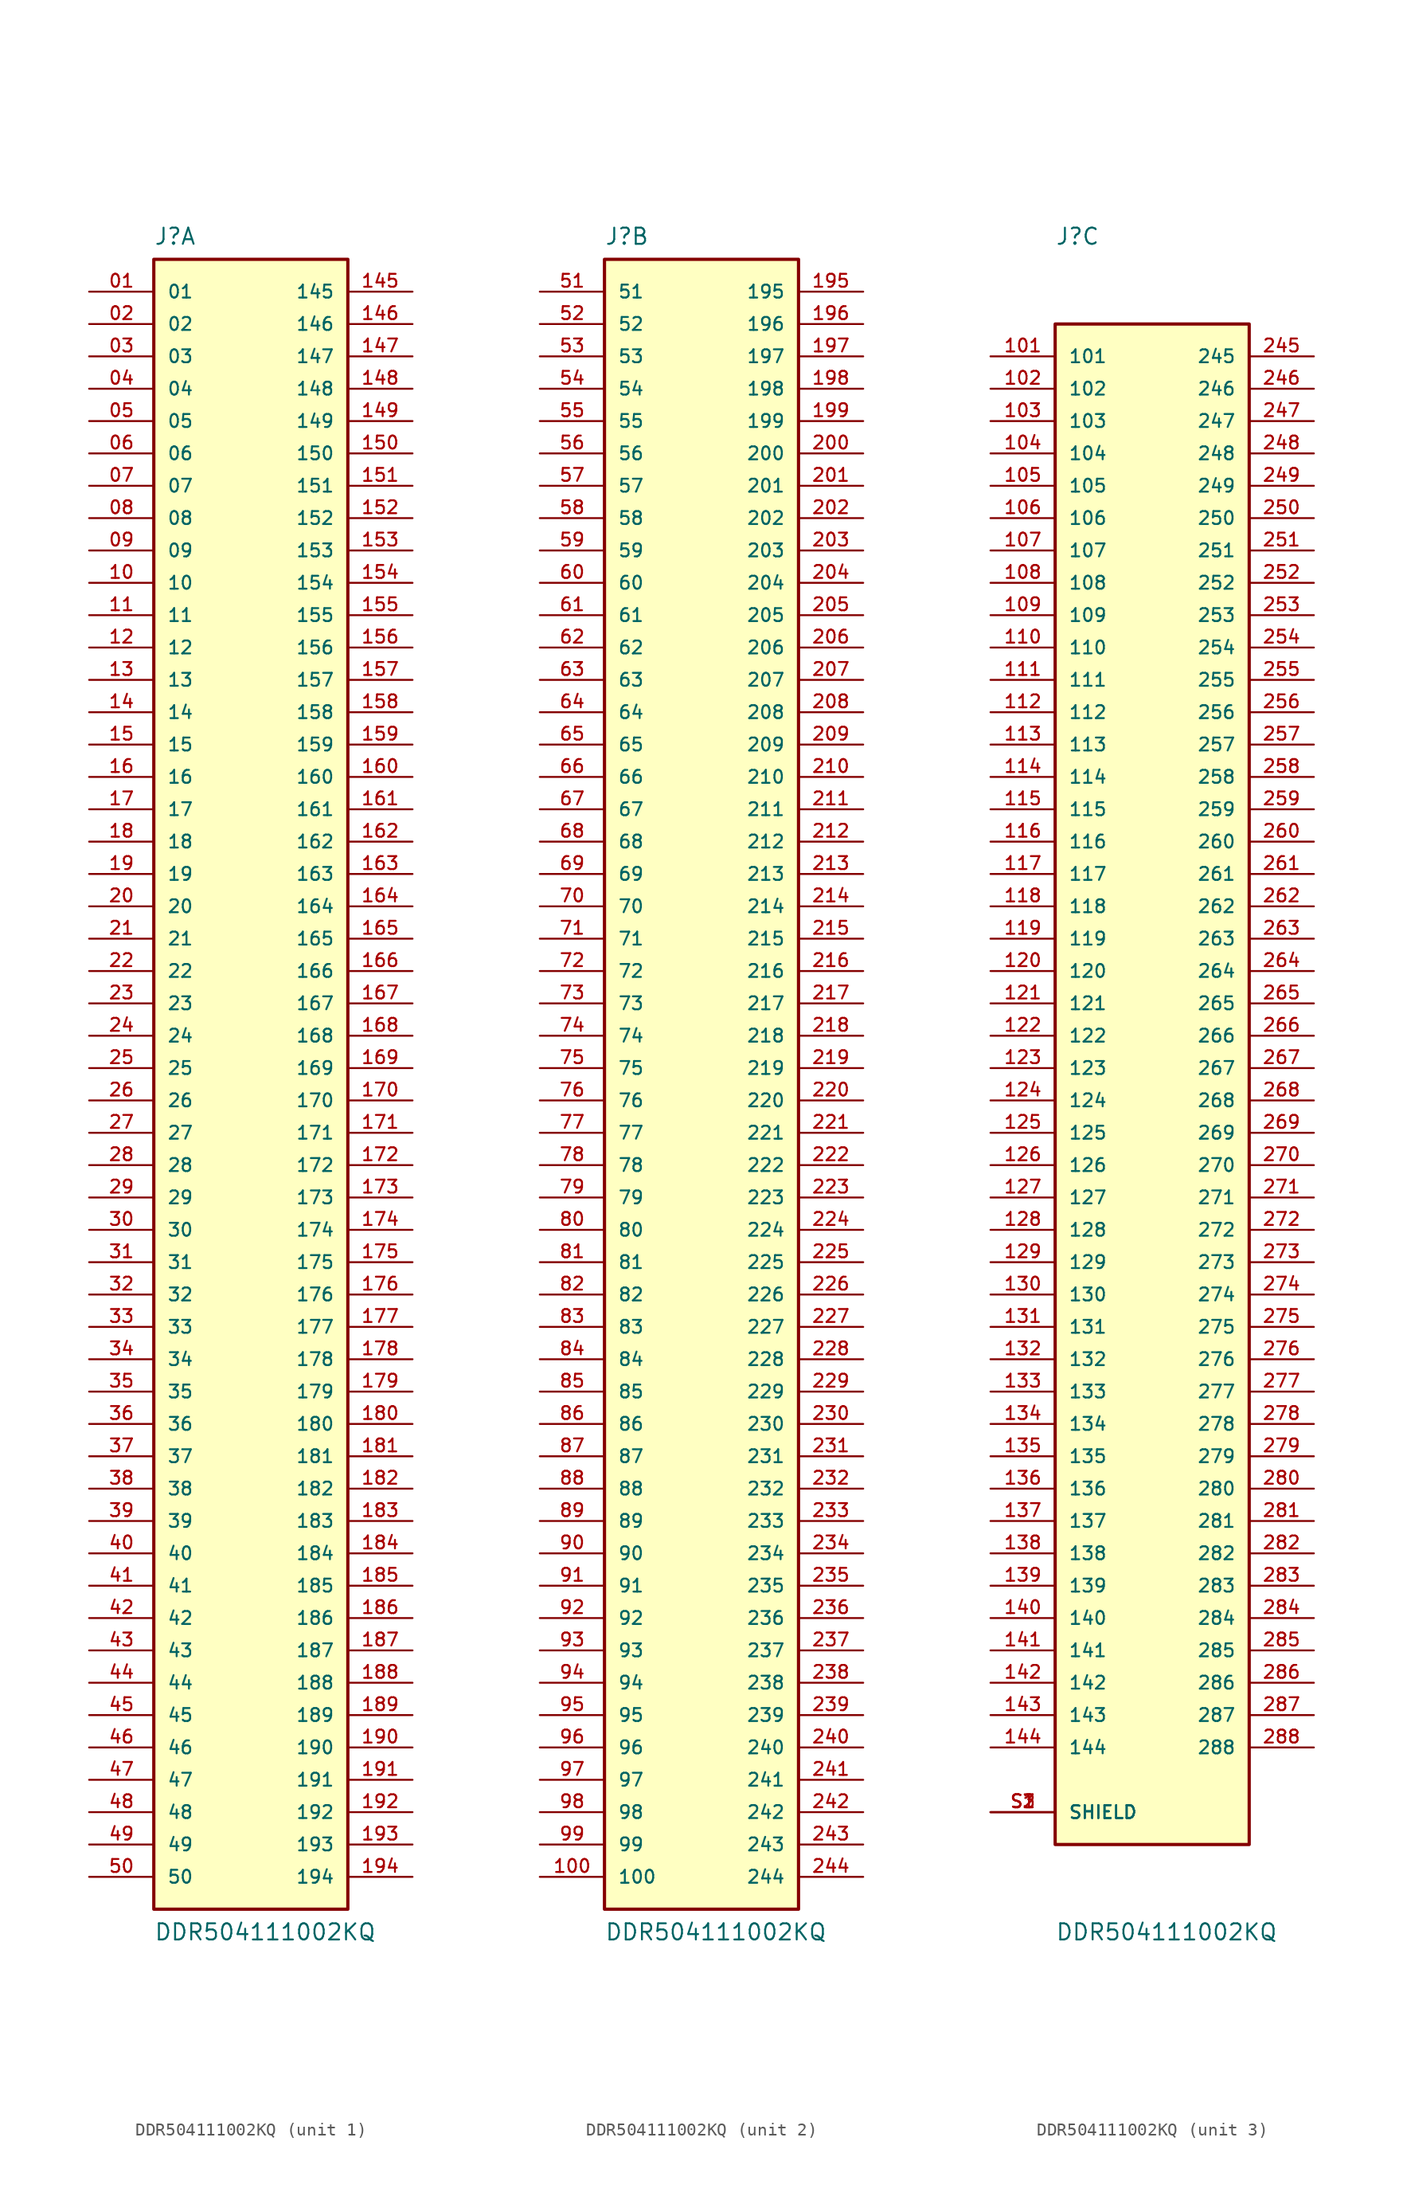
<source format=kicad_sym>
(kicad_symbol_lib
  (version 20211014)
  (generator kicad_symbol_editor)
  (symbol "DDR504111002KQ"
    (pin_names
      (offset 1.016))
    (property "Reference" "J"
      (at -7.62 66.04 0)
      (effects (font (size 1.27 1.27)) (justify left top)))
    (property "Value" "DDR504111002KQ"
      (at -7.62 -68.58 0)
      (effects (font (size 1.27 1.27)) (justify left bottom)))
    (symbol "DDR504111002KQ_1_0"
      (rectangle (start -7.62 -66.04) (end 7.62 63.5) (stroke (width 0.254) (type default) (color 0 0 0 0)) (fill (type background)))
      (pin passive line (at -12.7 60.96 0) (length 5.08) (name "01" (effects (font (size 1.016 1.016)))) (number "01" (effects (font (size 1.016 1.016)))))
      (pin passive line (at -12.7 58.42 0) (length 5.08) (name "02" (effects (font (size 1.016 1.016)))) (number "02" (effects (font (size 1.016 1.016)))))
      (pin passive line (at -12.7 55.88 0) (length 5.08) (name "03" (effects (font (size 1.016 1.016)))) (number "03" (effects (font (size 1.016 1.016)))))
      (pin passive line (at -12.7 53.34 0) (length 5.08) (name "04" (effects (font (size 1.016 1.016)))) (number "04" (effects (font (size 1.016 1.016)))))
      (pin passive line (at -12.7 50.8 0) (length 5.08) (name "05" (effects (font (size 1.016 1.016)))) (number "05" (effects (font (size 1.016 1.016)))))
      (pin passive line (at -12.7 48.26 0) (length 5.08) (name "06" (effects (font (size 1.016 1.016)))) (number "06" (effects (font (size 1.016 1.016)))))
      (pin passive line (at -12.7 45.72 0) (length 5.08) (name "07" (effects (font (size 1.016 1.016)))) (number "07" (effects (font (size 1.016 1.016)))))
      (pin passive line (at -12.7 43.18 0) (length 5.08) (name "08" (effects (font (size 1.016 1.016)))) (number "08" (effects (font (size 1.016 1.016)))))
      (pin passive line (at -12.7 40.64 0) (length 5.08) (name "09" (effects (font (size 1.016 1.016)))) (number "09" (effects (font (size 1.016 1.016)))))
      (pin passive line (at -12.7 38.1 0) (length 5.08) (name "10" (effects (font (size 1.016 1.016)))) (number "10" (effects (font (size 1.016 1.016)))))
      (pin passive line (at -12.7 35.56 0) (length 5.08) (name "11" (effects (font (size 1.016 1.016)))) (number "11" (effects (font (size 1.016 1.016)))))
      (pin passive line (at -12.7 33.02 0) (length 5.08) (name "12" (effects (font (size 1.016 1.016)))) (number "12" (effects (font (size 1.016 1.016)))))
      (pin passive line (at -12.7 30.48 0) (length 5.08) (name "13" (effects (font (size 1.016 1.016)))) (number "13" (effects (font (size 1.016 1.016)))))
      (pin passive line (at -12.7 27.94 0) (length 5.08) (name "14" (effects (font (size 1.016 1.016)))) (number "14" (effects (font (size 1.016 1.016)))))
      (pin passive line (at 12.7 60.96 180) (length 5.08) (name "145" (effects (font (size 1.016 1.016)))) (number "145" (effects (font (size 1.016 1.016)))))
      (pin passive line (at 12.7 58.42 180) (length 5.08) (name "146" (effects (font (size 1.016 1.016)))) (number "146" (effects (font (size 1.016 1.016)))))
      (pin passive line (at 12.7 55.88 180) (length 5.08) (name "147" (effects (font (size 1.016 1.016)))) (number "147" (effects (font (size 1.016 1.016)))))
      (pin passive line (at 12.7 53.34 180) (length 5.08) (name "148" (effects (font (size 1.016 1.016)))) (number "148" (effects (font (size 1.016 1.016)))))
      (pin passive line (at 12.7 50.8 180) (length 5.08) (name "149" (effects (font (size 1.016 1.016)))) (number "149" (effects (font (size 1.016 1.016)))))
      (pin passive line (at -12.7 25.4 0) (length 5.08) (name "15" (effects (font (size 1.016 1.016)))) (number "15" (effects (font (size 1.016 1.016)))))
      (pin passive line (at 12.7 48.26 180) (length 5.08) (name "150" (effects (font (size 1.016 1.016)))) (number "150" (effects (font (size 1.016 1.016)))))
      (pin passive line (at 12.7 45.72 180) (length 5.08) (name "151" (effects (font (size 1.016 1.016)))) (number "151" (effects (font (size 1.016 1.016)))))
      (pin passive line (at 12.7 43.18 180) (length 5.08) (name "152" (effects (font (size 1.016 1.016)))) (number "152" (effects (font (size 1.016 1.016)))))
      (pin passive line (at 12.7 40.64 180) (length 5.08) (name "153" (effects (font (size 1.016 1.016)))) (number "153" (effects (font (size 1.016 1.016)))))
      (pin passive line (at 12.7 38.1 180) (length 5.08) (name "154" (effects (font (size 1.016 1.016)))) (number "154" (effects (font (size 1.016 1.016)))))
      (pin passive line (at 12.7 35.56 180) (length 5.08) (name "155" (effects (font (size 1.016 1.016)))) (number "155" (effects (font (size 1.016 1.016)))))
      (pin passive line (at 12.7 33.02 180) (length 5.08) (name "156" (effects (font (size 1.016 1.016)))) (number "156" (effects (font (size 1.016 1.016)))))
      (pin passive line (at 12.7 30.48 180) (length 5.08) (name "157" (effects (font (size 1.016 1.016)))) (number "157" (effects (font (size 1.016 1.016)))))
      (pin passive line (at 12.7 27.94 180) (length 5.08) (name "158" (effects (font (size 1.016 1.016)))) (number "158" (effects (font (size 1.016 1.016)))))
      (pin passive line (at 12.7 25.4 180) (length 5.08) (name "159" (effects (font (size 1.016 1.016)))) (number "159" (effects (font (size 1.016 1.016)))))
      (pin passive line (at -12.7 22.86 0) (length 5.08) (name "16" (effects (font (size 1.016 1.016)))) (number "16" (effects (font (size 1.016 1.016)))))
      (pin passive line (at 12.7 22.86 180) (length 5.08) (name "160" (effects (font (size 1.016 1.016)))) (number "160" (effects (font (size 1.016 1.016)))))
      (pin passive line (at 12.7 20.32 180) (length 5.08) (name "161" (effects (font (size 1.016 1.016)))) (number "161" (effects (font (size 1.016 1.016)))))
      (pin passive line (at 12.7 17.78 180) (length 5.08) (name "162" (effects (font (size 1.016 1.016)))) (number "162" (effects (font (size 1.016 1.016)))))
      (pin passive line (at 12.7 15.24 180) (length 5.08) (name "163" (effects (font (size 1.016 1.016)))) (number "163" (effects (font (size 1.016 1.016)))))
      (pin passive line (at 12.7 12.7 180) (length 5.08) (name "164" (effects (font (size 1.016 1.016)))) (number "164" (effects (font (size 1.016 1.016)))))
      (pin passive line (at 12.7 10.16 180) (length 5.08) (name "165" (effects (font (size 1.016 1.016)))) (number "165" (effects (font (size 1.016 1.016)))))
      (pin passive line (at 12.7 7.62 180) (length 5.08) (name "166" (effects (font (size 1.016 1.016)))) (number "166" (effects (font (size 1.016 1.016)))))
      (pin passive line (at 12.7 5.08 180) (length 5.08) (name "167" (effects (font (size 1.016 1.016)))) (number "167" (effects (font (size 1.016 1.016)))))
      (pin passive line (at 12.7 2.54 180) (length 5.08) (name "168" (effects (font (size 1.016 1.016)))) (number "168" (effects (font (size 1.016 1.016)))))
      (pin passive line (at 12.7 0 180) (length 5.08) (name "169" (effects (font (size 1.016 1.016)))) (number "169" (effects (font (size 1.016 1.016)))))
      (pin passive line (at -12.7 20.32 0) (length 5.08) (name "17" (effects (font (size 1.016 1.016)))) (number "17" (effects (font (size 1.016 1.016)))))
      (pin passive line (at 12.7 -2.54 180) (length 5.08) (name "170" (effects (font (size 1.016 1.016)))) (number "170" (effects (font (size 1.016 1.016)))))
      (pin passive line (at 12.7 -5.08 180) (length 5.08) (name "171" (effects (font (size 1.016 1.016)))) (number "171" (effects (font (size 1.016 1.016)))))
      (pin passive line (at 12.7 -7.62 180) (length 5.08) (name "172" (effects (font (size 1.016 1.016)))) (number "172" (effects (font (size 1.016 1.016)))))
      (pin passive line (at 12.7 -10.16 180) (length 5.08) (name "173" (effects (font (size 1.016 1.016)))) (number "173" (effects (font (size 1.016 1.016)))))
      (pin passive line (at 12.7 -12.7 180) (length 5.08) (name "174" (effects (font (size 1.016 1.016)))) (number "174" (effects (font (size 1.016 1.016)))))
      (pin passive line (at 12.7 -15.24 180) (length 5.08) (name "175" (effects (font (size 1.016 1.016)))) (number "175" (effects (font (size 1.016 1.016)))))
      (pin passive line (at 12.7 -17.78 180) (length 5.08) (name "176" (effects (font (size 1.016 1.016)))) (number "176" (effects (font (size 1.016 1.016)))))
      (pin passive line (at 12.7 -20.32 180) (length 5.08) (name "177" (effects (font (size 1.016 1.016)))) (number "177" (effects (font (size 1.016 1.016)))))
      (pin passive line (at 12.7 -22.86 180) (length 5.08) (name "178" (effects (font (size 1.016 1.016)))) (number "178" (effects (font (size 1.016 1.016)))))
      (pin passive line (at 12.7 -25.4 180) (length 5.08) (name "179" (effects (font (size 1.016 1.016)))) (number "179" (effects (font (size 1.016 1.016)))))
      (pin passive line (at -12.7 17.78 0) (length 5.08) (name "18" (effects (font (size 1.016 1.016)))) (number "18" (effects (font (size 1.016 1.016)))))
      (pin passive line (at 12.7 -27.94 180) (length 5.08) (name "180" (effects (font (size 1.016 1.016)))) (number "180" (effects (font (size 1.016 1.016)))))
      (pin passive line (at 12.7 -30.48 180) (length 5.08) (name "181" (effects (font (size 1.016 1.016)))) (number "181" (effects (font (size 1.016 1.016)))))
      (pin passive line (at 12.7 -33.02 180) (length 5.08) (name "182" (effects (font (size 1.016 1.016)))) (number "182" (effects (font (size 1.016 1.016)))))
      (pin passive line (at 12.7 -35.56 180) (length 5.08) (name "183" (effects (font (size 1.016 1.016)))) (number "183" (effects (font (size 1.016 1.016)))))
      (pin passive line (at 12.7 -38.1 180) (length 5.08) (name "184" (effects (font (size 1.016 1.016)))) (number "184" (effects (font (size 1.016 1.016)))))
      (pin passive line (at 12.7 -40.64 180) (length 5.08) (name "185" (effects (font (size 1.016 1.016)))) (number "185" (effects (font (size 1.016 1.016)))))
      (pin passive line (at 12.7 -43.18 180) (length 5.08) (name "186" (effects (font (size 1.016 1.016)))) (number "186" (effects (font (size 1.016 1.016)))))
      (pin passive line (at 12.7 -45.72 180) (length 5.08) (name "187" (effects (font (size 1.016 1.016)))) (number "187" (effects (font (size 1.016 1.016)))))
      (pin passive line (at 12.7 -48.26 180) (length 5.08) (name "188" (effects (font (size 1.016 1.016)))) (number "188" (effects (font (size 1.016 1.016)))))
      (pin passive line (at 12.7 -50.8 180) (length 5.08) (name "189" (effects (font (size 1.016 1.016)))) (number "189" (effects (font (size 1.016 1.016)))))
      (pin passive line (at -12.7 15.24 0) (length 5.08) (name "19" (effects (font (size 1.016 1.016)))) (number "19" (effects (font (size 1.016 1.016)))))
      (pin passive line (at 12.7 -53.34 180) (length 5.08) (name "190" (effects (font (size 1.016 1.016)))) (number "190" (effects (font (size 1.016 1.016)))))
      (pin passive line (at 12.7 -55.88 180) (length 5.08) (name "191" (effects (font (size 1.016 1.016)))) (number "191" (effects (font (size 1.016 1.016)))))
      (pin passive line (at 12.7 -58.42 180) (length 5.08) (name "192" (effects (font (size 1.016 1.016)))) (number "192" (effects (font (size 1.016 1.016)))))
      (pin passive line (at 12.7 -60.96 180) (length 5.08) (name "193" (effects (font (size 1.016 1.016)))) (number "193" (effects (font (size 1.016 1.016)))))
      (pin passive line (at 12.7 -63.5 180) (length 5.08) (name "194" (effects (font (size 1.016 1.016)))) (number "194" (effects (font (size 1.016 1.016)))))
      (pin passive line (at -12.7 12.7 0) (length 5.08) (name "20" (effects (font (size 1.016 1.016)))) (number "20" (effects (font (size 1.016 1.016)))))
      (pin passive line (at -12.7 10.16 0) (length 5.08) (name "21" (effects (font (size 1.016 1.016)))) (number "21" (effects (font (size 1.016 1.016)))))
      (pin passive line (at -12.7 7.62 0) (length 5.08) (name "22" (effects (font (size 1.016 1.016)))) (number "22" (effects (font (size 1.016 1.016)))))
      (pin passive line (at -12.7 5.08 0) (length 5.08) (name "23" (effects (font (size 1.016 1.016)))) (number "23" (effects (font (size 1.016 1.016)))))
      (pin passive line (at -12.7 2.54 0) (length 5.08) (name "24" (effects (font (size 1.016 1.016)))) (number "24" (effects (font (size 1.016 1.016)))))
      (pin passive line (at -12.7 0 0) (length 5.08) (name "25" (effects (font (size 1.016 1.016)))) (number "25" (effects (font (size 1.016 1.016)))))
      (pin passive line (at -12.7 -2.54 0) (length 5.08) (name "26" (effects (font (size 1.016 1.016)))) (number "26" (effects (font (size 1.016 1.016)))))
      (pin passive line (at -12.7 -5.08 0) (length 5.08) (name "27" (effects (font (size 1.016 1.016)))) (number "27" (effects (font (size 1.016 1.016)))))
      (pin passive line (at -12.7 -7.62 0) (length 5.08) (name "28" (effects (font (size 1.016 1.016)))) (number "28" (effects (font (size 1.016 1.016)))))
      (pin passive line (at -12.7 -10.16 0) (length 5.08) (name "29" (effects (font (size 1.016 1.016)))) (number "29" (effects (font (size 1.016 1.016)))))
      (pin passive line (at -12.7 -12.7 0) (length 5.08) (name "30" (effects (font (size 1.016 1.016)))) (number "30" (effects (font (size 1.016 1.016)))))
      (pin passive line (at -12.7 -15.24 0) (length 5.08) (name "31" (effects (font (size 1.016 1.016)))) (number "31" (effects (font (size 1.016 1.016)))))
      (pin passive line (at -12.7 -17.78 0) (length 5.08) (name "32" (effects (font (size 1.016 1.016)))) (number "32" (effects (font (size 1.016 1.016)))))
      (pin passive line (at -12.7 -20.32 0) (length 5.08) (name "33" (effects (font (size 1.016 1.016)))) (number "33" (effects (font (size 1.016 1.016)))))
      (pin passive line (at -12.7 -22.86 0) (length 5.08) (name "34" (effects (font (size 1.016 1.016)))) (number "34" (effects (font (size 1.016 1.016)))))
      (pin passive line (at -12.7 -25.4 0) (length 5.08) (name "35" (effects (font (size 1.016 1.016)))) (number "35" (effects (font (size 1.016 1.016)))))
      (pin passive line (at -12.7 -27.94 0) (length 5.08) (name "36" (effects (font (size 1.016 1.016)))) (number "36" (effects (font (size 1.016 1.016)))))
      (pin passive line (at -12.7 -30.48 0) (length 5.08) (name "37" (effects (font (size 1.016 1.016)))) (number "37" (effects (font (size 1.016 1.016)))))
      (pin passive line (at -12.7 -33.02 0) (length 5.08) (name "38" (effects (font (size 1.016 1.016)))) (number "38" (effects (font (size 1.016 1.016)))))
      (pin passive line (at -12.7 -35.56 0) (length 5.08) (name "39" (effects (font (size 1.016 1.016)))) (number "39" (effects (font (size 1.016 1.016)))))
      (pin passive line (at -12.7 -38.1 0) (length 5.08) (name "40" (effects (font (size 1.016 1.016)))) (number "40" (effects (font (size 1.016 1.016)))))
      (pin passive line (at -12.7 -40.64 0) (length 5.08) (name "41" (effects (font (size 1.016 1.016)))) (number "41" (effects (font (size 1.016 1.016)))))
      (pin passive line (at -12.7 -43.18 0) (length 5.08) (name "42" (effects (font (size 1.016 1.016)))) (number "42" (effects (font (size 1.016 1.016)))))
      (pin passive line (at -12.7 -45.72 0) (length 5.08) (name "43" (effects (font (size 1.016 1.016)))) (number "43" (effects (font (size 1.016 1.016)))))
      (pin passive line (at -12.7 -48.26 0) (length 5.08) (name "44" (effects (font (size 1.016 1.016)))) (number "44" (effects (font (size 1.016 1.016)))))
      (pin passive line (at -12.7 -50.8 0) (length 5.08) (name "45" (effects (font (size 1.016 1.016)))) (number "45" (effects (font (size 1.016 1.016)))))
      (pin passive line (at -12.7 -53.34 0) (length 5.08) (name "46" (effects (font (size 1.016 1.016)))) (number "46" (effects (font (size 1.016 1.016)))))
      (pin passive line (at -12.7 -55.88 0) (length 5.08) (name "47" (effects (font (size 1.016 1.016)))) (number "47" (effects (font (size 1.016 1.016)))))
      (pin passive line (at -12.7 -58.42 0) (length 5.08) (name "48" (effects (font (size 1.016 1.016)))) (number "48" (effects (font (size 1.016 1.016)))))
      (pin passive line (at -12.7 -60.96 0) (length 5.08) (name "49" (effects (font (size 1.016 1.016)))) (number "49" (effects (font (size 1.016 1.016)))))
      (pin passive line (at -12.7 -63.5 0) (length 5.08) (name "50" (effects (font (size 1.016 1.016)))) (number "50" (effects (font (size 1.016 1.016))))))
    (symbol "DDR504111002KQ_2_0"
      (rectangle (start -7.62 -66.04) (end 7.62 63.5) (stroke (width 0.254) (type default) (color 0 0 0 0)) (fill (type background)))
      (pin passive line (at -12.7 -63.5 0) (length 5.08) (name "100" (effects (font (size 1.016 1.016)))) (number "100" (effects (font (size 1.016 1.016)))))
      (pin passive line (at 12.7 60.96 180) (length 5.08) (name "195" (effects (font (size 1.016 1.016)))) (number "195" (effects (font (size 1.016 1.016)))))
      (pin passive line (at 12.7 58.42 180) (length 5.08) (name "196" (effects (font (size 1.016 1.016)))) (number "196" (effects (font (size 1.016 1.016)))))
      (pin passive line (at 12.7 55.88 180) (length 5.08) (name "197" (effects (font (size 1.016 1.016)))) (number "197" (effects (font (size 1.016 1.016)))))
      (pin passive line (at 12.7 53.34 180) (length 5.08) (name "198" (effects (font (size 1.016 1.016)))) (number "198" (effects (font (size 1.016 1.016)))))
      (pin passive line (at 12.7 50.8 180) (length 5.08) (name "199" (effects (font (size 1.016 1.016)))) (number "199" (effects (font (size 1.016 1.016)))))
      (pin passive line (at 12.7 48.26 180) (length 5.08) (name "200" (effects (font (size 1.016 1.016)))) (number "200" (effects (font (size 1.016 1.016)))))
      (pin passive line (at 12.7 45.72 180) (length 5.08) (name "201" (effects (font (size 1.016 1.016)))) (number "201" (effects (font (size 1.016 1.016)))))
      (pin passive line (at 12.7 43.18 180) (length 5.08) (name "202" (effects (font (size 1.016 1.016)))) (number "202" (effects (font (size 1.016 1.016)))))
      (pin passive line (at 12.7 40.64 180) (length 5.08) (name "203" (effects (font (size 1.016 1.016)))) (number "203" (effects (font (size 1.016 1.016)))))
      (pin passive line (at 12.7 38.1 180) (length 5.08) (name "204" (effects (font (size 1.016 1.016)))) (number "204" (effects (font (size 1.016 1.016)))))
      (pin passive line (at 12.7 35.56 180) (length 5.08) (name "205" (effects (font (size 1.016 1.016)))) (number "205" (effects (font (size 1.016 1.016)))))
      (pin passive line (at 12.7 33.02 180) (length 5.08) (name "206" (effects (font (size 1.016 1.016)))) (number "206" (effects (font (size 1.016 1.016)))))
      (pin passive line (at 12.7 30.48 180) (length 5.08) (name "207" (effects (font (size 1.016 1.016)))) (number "207" (effects (font (size 1.016 1.016)))))
      (pin passive line (at 12.7 27.94 180) (length 5.08) (name "208" (effects (font (size 1.016 1.016)))) (number "208" (effects (font (size 1.016 1.016)))))
      (pin passive line (at 12.7 25.4 180) (length 5.08) (name "209" (effects (font (size 1.016 1.016)))) (number "209" (effects (font (size 1.016 1.016)))))
      (pin passive line (at 12.7 22.86 180) (length 5.08) (name "210" (effects (font (size 1.016 1.016)))) (number "210" (effects (font (size 1.016 1.016)))))
      (pin passive line (at 12.7 20.32 180) (length 5.08) (name "211" (effects (font (size 1.016 1.016)))) (number "211" (effects (font (size 1.016 1.016)))))
      (pin passive line (at 12.7 17.78 180) (length 5.08) (name "212" (effects (font (size 1.016 1.016)))) (number "212" (effects (font (size 1.016 1.016)))))
      (pin passive line (at 12.7 15.24 180) (length 5.08) (name "213" (effects (font (size 1.016 1.016)))) (number "213" (effects (font (size 1.016 1.016)))))
      (pin passive line (at 12.7 12.7 180) (length 5.08) (name "214" (effects (font (size 1.016 1.016)))) (number "214" (effects (font (size 1.016 1.016)))))
      (pin passive line (at 12.7 10.16 180) (length 5.08) (name "215" (effects (font (size 1.016 1.016)))) (number "215" (effects (font (size 1.016 1.016)))))
      (pin passive line (at 12.7 7.62 180) (length 5.08) (name "216" (effects (font (size 1.016 1.016)))) (number "216" (effects (font (size 1.016 1.016)))))
      (pin passive line (at 12.7 5.08 180) (length 5.08) (name "217" (effects (font (size 1.016 1.016)))) (number "217" (effects (font (size 1.016 1.016)))))
      (pin passive line (at 12.7 2.54 180) (length 5.08) (name "218" (effects (font (size 1.016 1.016)))) (number "218" (effects (font (size 1.016 1.016)))))
      (pin passive line (at 12.7 0 180) (length 5.08) (name "219" (effects (font (size 1.016 1.016)))) (number "219" (effects (font (size 1.016 1.016)))))
      (pin passive line (at 12.7 -2.54 180) (length 5.08) (name "220" (effects (font (size 1.016 1.016)))) (number "220" (effects (font (size 1.016 1.016)))))
      (pin passive line (at 12.7 -5.08 180) (length 5.08) (name "221" (effects (font (size 1.016 1.016)))) (number "221" (effects (font (size 1.016 1.016)))))
      (pin passive line (at 12.7 -7.62 180) (length 5.08) (name "222" (effects (font (size 1.016 1.016)))) (number "222" (effects (font (size 1.016 1.016)))))
      (pin passive line (at 12.7 -10.16 180) (length 5.08) (name "223" (effects (font (size 1.016 1.016)))) (number "223" (effects (font (size 1.016 1.016)))))
      (pin passive line (at 12.7 -12.7 180) (length 5.08) (name "224" (effects (font (size 1.016 1.016)))) (number "224" (effects (font (size 1.016 1.016)))))
      (pin passive line (at 12.7 -15.24 180) (length 5.08) (name "225" (effects (font (size 1.016 1.016)))) (number "225" (effects (font (size 1.016 1.016)))))
      (pin passive line (at 12.7 -17.78 180) (length 5.08) (name "226" (effects (font (size 1.016 1.016)))) (number "226" (effects (font (size 1.016 1.016)))))
      (pin passive line (at 12.7 -20.32 180) (length 5.08) (name "227" (effects (font (size 1.016 1.016)))) (number "227" (effects (font (size 1.016 1.016)))))
      (pin passive line (at 12.7 -22.86 180) (length 5.08) (name "228" (effects (font (size 1.016 1.016)))) (number "228" (effects (font (size 1.016 1.016)))))
      (pin passive line (at 12.7 -25.4 180) (length 5.08) (name "229" (effects (font (size 1.016 1.016)))) (number "229" (effects (font (size 1.016 1.016)))))
      (pin passive line (at 12.7 -27.94 180) (length 5.08) (name "230" (effects (font (size 1.016 1.016)))) (number "230" (effects (font (size 1.016 1.016)))))
      (pin passive line (at 12.7 -30.48 180) (length 5.08) (name "231" (effects (font (size 1.016 1.016)))) (number "231" (effects (font (size 1.016 1.016)))))
      (pin passive line (at 12.7 -33.02 180) (length 5.08) (name "232" (effects (font (size 1.016 1.016)))) (number "232" (effects (font (size 1.016 1.016)))))
      (pin passive line (at 12.7 -35.56 180) (length 5.08) (name "233" (effects (font (size 1.016 1.016)))) (number "233" (effects (font (size 1.016 1.016)))))
      (pin passive line (at 12.7 -38.1 180) (length 5.08) (name "234" (effects (font (size 1.016 1.016)))) (number "234" (effects (font (size 1.016 1.016)))))
      (pin passive line (at 12.7 -40.64 180) (length 5.08) (name "235" (effects (font (size 1.016 1.016)))) (number "235" (effects (font (size 1.016 1.016)))))
      (pin passive line (at 12.7 -43.18 180) (length 5.08) (name "236" (effects (font (size 1.016 1.016)))) (number "236" (effects (font (size 1.016 1.016)))))
      (pin passive line (at 12.7 -45.72 180) (length 5.08) (name "237" (effects (font (size 1.016 1.016)))) (number "237" (effects (font (size 1.016 1.016)))))
      (pin passive line (at 12.7 -48.26 180) (length 5.08) (name "238" (effects (font (size 1.016 1.016)))) (number "238" (effects (font (size 1.016 1.016)))))
      (pin passive line (at 12.7 -50.8 180) (length 5.08) (name "239" (effects (font (size 1.016 1.016)))) (number "239" (effects (font (size 1.016 1.016)))))
      (pin passive line (at 12.7 -53.34 180) (length 5.08) (name "240" (effects (font (size 1.016 1.016)))) (number "240" (effects (font (size 1.016 1.016)))))
      (pin passive line (at 12.7 -55.88 180) (length 5.08) (name "241" (effects (font (size 1.016 1.016)))) (number "241" (effects (font (size 1.016 1.016)))))
      (pin passive line (at 12.7 -58.42 180) (length 5.08) (name "242" (effects (font (size 1.016 1.016)))) (number "242" (effects (font (size 1.016 1.016)))))
      (pin passive line (at 12.7 -60.96 180) (length 5.08) (name "243" (effects (font (size 1.016 1.016)))) (number "243" (effects (font (size 1.016 1.016)))))
      (pin passive line (at 12.7 -63.5 180) (length 5.08) (name "244" (effects (font (size 1.016 1.016)))) (number "244" (effects (font (size 1.016 1.016)))))
      (pin passive line (at -12.7 60.96 0) (length 5.08) (name "51" (effects (font (size 1.016 1.016)))) (number "51" (effects (font (size 1.016 1.016)))))
      (pin passive line (at -12.7 58.42 0) (length 5.08) (name "52" (effects (font (size 1.016 1.016)))) (number "52" (effects (font (size 1.016 1.016)))))
      (pin passive line (at -12.7 55.88 0) (length 5.08) (name "53" (effects (font (size 1.016 1.016)))) (number "53" (effects (font (size 1.016 1.016)))))
      (pin passive line (at -12.7 53.34 0) (length 5.08) (name "54" (effects (font (size 1.016 1.016)))) (number "54" (effects (font (size 1.016 1.016)))))
      (pin passive line (at -12.7 50.8 0) (length 5.08) (name "55" (effects (font (size 1.016 1.016)))) (number "55" (effects (font (size 1.016 1.016)))))
      (pin passive line (at -12.7 48.26 0) (length 5.08) (name "56" (effects (font (size 1.016 1.016)))) (number "56" (effects (font (size 1.016 1.016)))))
      (pin passive line (at -12.7 45.72 0) (length 5.08) (name "57" (effects (font (size 1.016 1.016)))) (number "57" (effects (font (size 1.016 1.016)))))
      (pin passive line (at -12.7 43.18 0) (length 5.08) (name "58" (effects (font (size 1.016 1.016)))) (number "58" (effects (font (size 1.016 1.016)))))
      (pin passive line (at -12.7 40.64 0) (length 5.08) (name "59" (effects (font (size 1.016 1.016)))) (number "59" (effects (font (size 1.016 1.016)))))
      (pin passive line (at -12.7 38.1 0) (length 5.08) (name "60" (effects (font (size 1.016 1.016)))) (number "60" (effects (font (size 1.016 1.016)))))
      (pin passive line (at -12.7 35.56 0) (length 5.08) (name "61" (effects (font (size 1.016 1.016)))) (number "61" (effects (font (size 1.016 1.016)))))
      (pin passive line (at -12.7 33.02 0) (length 5.08) (name "62" (effects (font (size 1.016 1.016)))) (number "62" (effects (font (size 1.016 1.016)))))
      (pin passive line (at -12.7 30.48 0) (length 5.08) (name "63" (effects (font (size 1.016 1.016)))) (number "63" (effects (font (size 1.016 1.016)))))
      (pin passive line (at -12.7 27.94 0) (length 5.08) (name "64" (effects (font (size 1.016 1.016)))) (number "64" (effects (font (size 1.016 1.016)))))
      (pin passive line (at -12.7 25.4 0) (length 5.08) (name "65" (effects (font (size 1.016 1.016)))) (number "65" (effects (font (size 1.016 1.016)))))
      (pin passive line (at -12.7 22.86 0) (length 5.08) (name "66" (effects (font (size 1.016 1.016)))) (number "66" (effects (font (size 1.016 1.016)))))
      (pin passive line (at -12.7 20.32 0) (length 5.08) (name "67" (effects (font (size 1.016 1.016)))) (number "67" (effects (font (size 1.016 1.016)))))
      (pin passive line (at -12.7 17.78 0) (length 5.08) (name "68" (effects (font (size 1.016 1.016)))) (number "68" (effects (font (size 1.016 1.016)))))
      (pin passive line (at -12.7 15.24 0) (length 5.08) (name "69" (effects (font (size 1.016 1.016)))) (number "69" (effects (font (size 1.016 1.016)))))
      (pin passive line (at -12.7 12.7 0) (length 5.08) (name "70" (effects (font (size 1.016 1.016)))) (number "70" (effects (font (size 1.016 1.016)))))
      (pin passive line (at -12.7 10.16 0) (length 5.08) (name "71" (effects (font (size 1.016 1.016)))) (number "71" (effects (font (size 1.016 1.016)))))
      (pin passive line (at -12.7 7.62 0) (length 5.08) (name "72" (effects (font (size 1.016 1.016)))) (number "72" (effects (font (size 1.016 1.016)))))
      (pin passive line (at -12.7 5.08 0) (length 5.08) (name "73" (effects (font (size 1.016 1.016)))) (number "73" (effects (font (size 1.016 1.016)))))
      (pin passive line (at -12.7 2.54 0) (length 5.08) (name "74" (effects (font (size 1.016 1.016)))) (number "74" (effects (font (size 1.016 1.016)))))
      (pin passive line (at -12.7 0 0) (length 5.08) (name "75" (effects (font (size 1.016 1.016)))) (number "75" (effects (font (size 1.016 1.016)))))
      (pin passive line (at -12.7 -2.54 0) (length 5.08) (name "76" (effects (font (size 1.016 1.016)))) (number "76" (effects (font (size 1.016 1.016)))))
      (pin passive line (at -12.7 -5.08 0) (length 5.08) (name "77" (effects (font (size 1.016 1.016)))) (number "77" (effects (font (size 1.016 1.016)))))
      (pin passive line (at -12.7 -7.62 0) (length 5.08) (name "78" (effects (font (size 1.016 1.016)))) (number "78" (effects (font (size 1.016 1.016)))))
      (pin passive line (at -12.7 -10.16 0) (length 5.08) (name "79" (effects (font (size 1.016 1.016)))) (number "79" (effects (font (size 1.016 1.016)))))
      (pin passive line (at -12.7 -12.7 0) (length 5.08) (name "80" (effects (font (size 1.016 1.016)))) (number "80" (effects (font (size 1.016 1.016)))))
      (pin passive line (at -12.7 -15.24 0) (length 5.08) (name "81" (effects (font (size 1.016 1.016)))) (number "81" (effects (font (size 1.016 1.016)))))
      (pin passive line (at -12.7 -17.78 0) (length 5.08) (name "82" (effects (font (size 1.016 1.016)))) (number "82" (effects (font (size 1.016 1.016)))))
      (pin passive line (at -12.7 -20.32 0) (length 5.08) (name "83" (effects (font (size 1.016 1.016)))) (number "83" (effects (font (size 1.016 1.016)))))
      (pin passive line (at -12.7 -22.86 0) (length 5.08) (name "84" (effects (font (size 1.016 1.016)))) (number "84" (effects (font (size 1.016 1.016)))))
      (pin passive line (at -12.7 -25.4 0) (length 5.08) (name "85" (effects (font (size 1.016 1.016)))) (number "85" (effects (font (size 1.016 1.016)))))
      (pin passive line (at -12.7 -27.94 0) (length 5.08) (name "86" (effects (font (size 1.016 1.016)))) (number "86" (effects (font (size 1.016 1.016)))))
      (pin passive line (at -12.7 -30.48 0) (length 5.08) (name "87" (effects (font (size 1.016 1.016)))) (number "87" (effects (font (size 1.016 1.016)))))
      (pin passive line (at -12.7 -33.02 0) (length 5.08) (name "88" (effects (font (size 1.016 1.016)))) (number "88" (effects (font (size 1.016 1.016)))))
      (pin passive line (at -12.7 -35.56 0) (length 5.08) (name "89" (effects (font (size 1.016 1.016)))) (number "89" (effects (font (size 1.016 1.016)))))
      (pin passive line (at -12.7 -38.1 0) (length 5.08) (name "90" (effects (font (size 1.016 1.016)))) (number "90" (effects (font (size 1.016 1.016)))))
      (pin passive line (at -12.7 -40.64 0) (length 5.08) (name "91" (effects (font (size 1.016 1.016)))) (number "91" (effects (font (size 1.016 1.016)))))
      (pin passive line (at -12.7 -43.18 0) (length 5.08) (name "92" (effects (font (size 1.016 1.016)))) (number "92" (effects (font (size 1.016 1.016)))))
      (pin passive line (at -12.7 -45.72 0) (length 5.08) (name "93" (effects (font (size 1.016 1.016)))) (number "93" (effects (font (size 1.016 1.016)))))
      (pin passive line (at -12.7 -48.26 0) (length 5.08) (name "94" (effects (font (size 1.016 1.016)))) (number "94" (effects (font (size 1.016 1.016)))))
      (pin passive line (at -12.7 -50.8 0) (length 5.08) (name "95" (effects (font (size 1.016 1.016)))) (number "95" (effects (font (size 1.016 1.016)))))
      (pin passive line (at -12.7 -53.34 0) (length 5.08) (name "96" (effects (font (size 1.016 1.016)))) (number "96" (effects (font (size 1.016 1.016)))))
      (pin passive line (at -12.7 -55.88 0) (length 5.08) (name "97" (effects (font (size 1.016 1.016)))) (number "97" (effects (font (size 1.016 1.016)))))
      (pin passive line (at -12.7 -58.42 0) (length 5.08) (name "98" (effects (font (size 1.016 1.016)))) (number "98" (effects (font (size 1.016 1.016)))))
      (pin passive line (at -12.7 -60.96 0) (length 5.08) (name "99" (effects (font (size 1.016 1.016)))) (number "99" (effects (font (size 1.016 1.016))))))
    (symbol "DDR504111002KQ_3_0"
      (rectangle (start -7.62 -60.96) (end 7.62 58.42) (stroke (width 0.254) (type default) (color 0 0 0 0)) (fill (type background)))
      (pin passive line (at -12.7 55.88 0) (length 5.08) (name "101" (effects (font (size 1.016 1.016)))) (number "101" (effects (font (size 1.016 1.016)))))
      (pin passive line (at -12.7 53.34 0) (length 5.08) (name "102" (effects (font (size 1.016 1.016)))) (number "102" (effects (font (size 1.016 1.016)))))
      (pin passive line (at -12.7 50.8 0) (length 5.08) (name "103" (effects (font (size 1.016 1.016)))) (number "103" (effects (font (size 1.016 1.016)))))
      (pin passive line (at -12.7 48.26 0) (length 5.08) (name "104" (effects (font (size 1.016 1.016)))) (number "104" (effects (font (size 1.016 1.016)))))
      (pin passive line (at -12.7 45.72 0) (length 5.08) (name "105" (effects (font (size 1.016 1.016)))) (number "105" (effects (font (size 1.016 1.016)))))
      (pin passive line (at -12.7 43.18 0) (length 5.08) (name "106" (effects (font (size 1.016 1.016)))) (number "106" (effects (font (size 1.016 1.016)))))
      (pin passive line (at -12.7 40.64 0) (length 5.08) (name "107" (effects (font (size 1.016 1.016)))) (number "107" (effects (font (size 1.016 1.016)))))
      (pin passive line (at -12.7 38.1 0) (length 5.08) (name "108" (effects (font (size 1.016 1.016)))) (number "108" (effects (font (size 1.016 1.016)))))
      (pin passive line (at -12.7 35.56 0) (length 5.08) (name "109" (effects (font (size 1.016 1.016)))) (number "109" (effects (font (size 1.016 1.016)))))
      (pin passive line (at -12.7 33.02 0) (length 5.08) (name "110" (effects (font (size 1.016 1.016)))) (number "110" (effects (font (size 1.016 1.016)))))
      (pin passive line (at -12.7 30.48 0) (length 5.08) (name "111" (effects (font (size 1.016 1.016)))) (number "111" (effects (font (size 1.016 1.016)))))
      (pin passive line (at -12.7 27.94 0) (length 5.08) (name "112" (effects (font (size 1.016 1.016)))) (number "112" (effects (font (size 1.016 1.016)))))
      (pin passive line (at -12.7 25.4 0) (length 5.08) (name "113" (effects (font (size 1.016 1.016)))) (number "113" (effects (font (size 1.016 1.016)))))
      (pin passive line (at -12.7 22.86 0) (length 5.08) (name "114" (effects (font (size 1.016 1.016)))) (number "114" (effects (font (size 1.016 1.016)))))
      (pin passive line (at -12.7 20.32 0) (length 5.08) (name "115" (effects (font (size 1.016 1.016)))) (number "115" (effects (font (size 1.016 1.016)))))
      (pin passive line (at -12.7 17.78 0) (length 5.08) (name "116" (effects (font (size 1.016 1.016)))) (number "116" (effects (font (size 1.016 1.016)))))
      (pin passive line (at -12.7 15.24 0) (length 5.08) (name "117" (effects (font (size 1.016 1.016)))) (number "117" (effects (font (size 1.016 1.016)))))
      (pin passive line (at -12.7 12.7 0) (length 5.08) (name "118" (effects (font (size 1.016 1.016)))) (number "118" (effects (font (size 1.016 1.016)))))
      (pin passive line (at -12.7 10.16 0) (length 5.08) (name "119" (effects (font (size 1.016 1.016)))) (number "119" (effects (font (size 1.016 1.016)))))
      (pin passive line (at -12.7 7.62 0) (length 5.08) (name "120" (effects (font (size 1.016 1.016)))) (number "120" (effects (font (size 1.016 1.016)))))
      (pin passive line (at -12.7 5.08 0) (length 5.08) (name "121" (effects (font (size 1.016 1.016)))) (number "121" (effects (font (size 1.016 1.016)))))
      (pin passive line (at -12.7 2.54 0) (length 5.08) (name "122" (effects (font (size 1.016 1.016)))) (number "122" (effects (font (size 1.016 1.016)))))
      (pin passive line (at -12.7 0 0) (length 5.08) (name "123" (effects (font (size 1.016 1.016)))) (number "123" (effects (font (size 1.016 1.016)))))
      (pin passive line (at -12.7 -2.54 0) (length 5.08) (name "124" (effects (font (size 1.016 1.016)))) (number "124" (effects (font (size 1.016 1.016)))))
      (pin passive line (at -12.7 -5.08 0) (length 5.08) (name "125" (effects (font (size 1.016 1.016)))) (number "125" (effects (font (size 1.016 1.016)))))
      (pin passive line (at -12.7 -7.62 0) (length 5.08) (name "126" (effects (font (size 1.016 1.016)))) (number "126" (effects (font (size 1.016 1.016)))))
      (pin passive line (at -12.7 -10.16 0) (length 5.08) (name "127" (effects (font (size 1.016 1.016)))) (number "127" (effects (font (size 1.016 1.016)))))
      (pin passive line (at -12.7 -12.7 0) (length 5.08) (name "128" (effects (font (size 1.016 1.016)))) (number "128" (effects (font (size 1.016 1.016)))))
      (pin passive line (at -12.7 -15.24 0) (length 5.08) (name "129" (effects (font (size 1.016 1.016)))) (number "129" (effects (font (size 1.016 1.016)))))
      (pin passive line (at -12.7 -17.78 0) (length 5.08) (name "130" (effects (font (size 1.016 1.016)))) (number "130" (effects (font (size 1.016 1.016)))))
      (pin passive line (at -12.7 -20.32 0) (length 5.08) (name "131" (effects (font (size 1.016 1.016)))) (number "131" (effects (font (size 1.016 1.016)))))
      (pin passive line (at -12.7 -22.86 0) (length 5.08) (name "132" (effects (font (size 1.016 1.016)))) (number "132" (effects (font (size 1.016 1.016)))))
      (pin passive line (at -12.7 -25.4 0) (length 5.08) (name "133" (effects (font (size 1.016 1.016)))) (number "133" (effects (font (size 1.016 1.016)))))
      (pin passive line (at -12.7 -27.94 0) (length 5.08) (name "134" (effects (font (size 1.016 1.016)))) (number "134" (effects (font (size 1.016 1.016)))))
      (pin passive line (at -12.7 -30.48 0) (length 5.08) (name "135" (effects (font (size 1.016 1.016)))) (number "135" (effects (font (size 1.016 1.016)))))
      (pin passive line (at -12.7 -33.02 0) (length 5.08) (name "136" (effects (font (size 1.016 1.016)))) (number "136" (effects (font (size 1.016 1.016)))))
      (pin passive line (at -12.7 -35.56 0) (length 5.08) (name "137" (effects (font (size 1.016 1.016)))) (number "137" (effects (font (size 1.016 1.016)))))
      (pin passive line (at -12.7 -38.1 0) (length 5.08) (name "138" (effects (font (size 1.016 1.016)))) (number "138" (effects (font (size 1.016 1.016)))))
      (pin passive line (at -12.7 -40.64 0) (length 5.08) (name "139" (effects (font (size 1.016 1.016)))) (number "139" (effects (font (size 1.016 1.016)))))
      (pin passive line (at -12.7 -43.18 0) (length 5.08) (name "140" (effects (font (size 1.016 1.016)))) (number "140" (effects (font (size 1.016 1.016)))))
      (pin passive line (at -12.7 -45.72 0) (length 5.08) (name "141" (effects (font (size 1.016 1.016)))) (number "141" (effects (font (size 1.016 1.016)))))
      (pin passive line (at -12.7 -48.26 0) (length 5.08) (name "142" (effects (font (size 1.016 1.016)))) (number "142" (effects (font (size 1.016 1.016)))))
      (pin passive line (at -12.7 -50.8 0) (length 5.08) (name "143" (effects (font (size 1.016 1.016)))) (number "143" (effects (font (size 1.016 1.016)))))
      (pin passive line (at -12.7 -53.34 0) (length 5.08) (name "144" (effects (font (size 1.016 1.016)))) (number "144" (effects (font (size 1.016 1.016)))))
      (pin passive line (at 12.7 55.88 180) (length 5.08) (name "245" (effects (font (size 1.016 1.016)))) (number "245" (effects (font (size 1.016 1.016)))))
      (pin passive line (at 12.7 53.34 180) (length 5.08) (name "246" (effects (font (size 1.016 1.016)))) (number "246" (effects (font (size 1.016 1.016)))))
      (pin passive line (at 12.7 50.8 180) (length 5.08) (name "247" (effects (font (size 1.016 1.016)))) (number "247" (effects (font (size 1.016 1.016)))))
      (pin passive line (at 12.7 48.26 180) (length 5.08) (name "248" (effects (font (size 1.016 1.016)))) (number "248" (effects (font (size 1.016 1.016)))))
      (pin passive line (at 12.7 45.72 180) (length 5.08) (name "249" (effects (font (size 1.016 1.016)))) (number "249" (effects (font (size 1.016 1.016)))))
      (pin passive line (at 12.7 43.18 180) (length 5.08) (name "250" (effects (font (size 1.016 1.016)))) (number "250" (effects (font (size 1.016 1.016)))))
      (pin passive line (at 12.7 40.64 180) (length 5.08) (name "251" (effects (font (size 1.016 1.016)))) (number "251" (effects (font (size 1.016 1.016)))))
      (pin passive line (at 12.7 38.1 180) (length 5.08) (name "252" (effects (font (size 1.016 1.016)))) (number "252" (effects (font (size 1.016 1.016)))))
      (pin passive line (at 12.7 35.56 180) (length 5.08) (name "253" (effects (font (size 1.016 1.016)))) (number "253" (effects (font (size 1.016 1.016)))))
      (pin passive line (at 12.7 33.02 180) (length 5.08) (name "254" (effects (font (size 1.016 1.016)))) (number "254" (effects (font (size 1.016 1.016)))))
      (pin passive line (at 12.7 30.48 180) (length 5.08) (name "255" (effects (font (size 1.016 1.016)))) (number "255" (effects (font (size 1.016 1.016)))))
      (pin passive line (at 12.7 27.94 180) (length 5.08) (name "256" (effects (font (size 1.016 1.016)))) (number "256" (effects (font (size 1.016 1.016)))))
      (pin passive line (at 12.7 25.4 180) (length 5.08) (name "257" (effects (font (size 1.016 1.016)))) (number "257" (effects (font (size 1.016 1.016)))))
      (pin passive line (at 12.7 22.86 180) (length 5.08) (name "258" (effects (font (size 1.016 1.016)))) (number "258" (effects (font (size 1.016 1.016)))))
      (pin passive line (at 12.7 20.32 180) (length 5.08) (name "259" (effects (font (size 1.016 1.016)))) (number "259" (effects (font (size 1.016 1.016)))))
      (pin passive line (at 12.7 17.78 180) (length 5.08) (name "260" (effects (font (size 1.016 1.016)))) (number "260" (effects (font (size 1.016 1.016)))))
      (pin passive line (at 12.7 15.24 180) (length 5.08) (name "261" (effects (font (size 1.016 1.016)))) (number "261" (effects (font (size 1.016 1.016)))))
      (pin passive line (at 12.7 12.7 180) (length 5.08) (name "262" (effects (font (size 1.016 1.016)))) (number "262" (effects (font (size 1.016 1.016)))))
      (pin passive line (at 12.7 10.16 180) (length 5.08) (name "263" (effects (font (size 1.016 1.016)))) (number "263" (effects (font (size 1.016 1.016)))))
      (pin passive line (at 12.7 7.62 180) (length 5.08) (name "264" (effects (font (size 1.016 1.016)))) (number "264" (effects (font (size 1.016 1.016)))))
      (pin passive line (at 12.7 5.08 180) (length 5.08) (name "265" (effects (font (size 1.016 1.016)))) (number "265" (effects (font (size 1.016 1.016)))))
      (pin passive line (at 12.7 2.54 180) (length 5.08) (name "266" (effects (font (size 1.016 1.016)))) (number "266" (effects (font (size 1.016 1.016)))))
      (pin passive line (at 12.7 0 180) (length 5.08) (name "267" (effects (font (size 1.016 1.016)))) (number "267" (effects (font (size 1.016 1.016)))))
      (pin passive line (at 12.7 -2.54 180) (length 5.08) (name "268" (effects (font (size 1.016 1.016)))) (number "268" (effects (font (size 1.016 1.016)))))
      (pin passive line (at 12.7 -5.08 180) (length 5.08) (name "269" (effects (font (size 1.016 1.016)))) (number "269" (effects (font (size 1.016 1.016)))))
      (pin passive line (at 12.7 -7.62 180) (length 5.08) (name "270" (effects (font (size 1.016 1.016)))) (number "270" (effects (font (size 1.016 1.016)))))
      (pin passive line (at 12.7 -10.16 180) (length 5.08) (name "271" (effects (font (size 1.016 1.016)))) (number "271" (effects (font (size 1.016 1.016)))))
      (pin passive line (at 12.7 -12.7 180) (length 5.08) (name "272" (effects (font (size 1.016 1.016)))) (number "272" (effects (font (size 1.016 1.016)))))
      (pin passive line (at 12.7 -15.24 180) (length 5.08) (name "273" (effects (font (size 1.016 1.016)))) (number "273" (effects (font (size 1.016 1.016)))))
      (pin passive line (at 12.7 -17.78 180) (length 5.08) (name "274" (effects (font (size 1.016 1.016)))) (number "274" (effects (font (size 1.016 1.016)))))
      (pin passive line (at 12.7 -20.32 180) (length 5.08) (name "275" (effects (font (size 1.016 1.016)))) (number "275" (effects (font (size 1.016 1.016)))))
      (pin passive line (at 12.7 -22.86 180) (length 5.08) (name "276" (effects (font (size 1.016 1.016)))) (number "276" (effects (font (size 1.016 1.016)))))
      (pin passive line (at 12.7 -25.4 180) (length 5.08) (name "277" (effects (font (size 1.016 1.016)))) (number "277" (effects (font (size 1.016 1.016)))))
      (pin passive line (at 12.7 -27.94 180) (length 5.08) (name "278" (effects (font (size 1.016 1.016)))) (number "278" (effects (font (size 1.016 1.016)))))
      (pin passive line (at 12.7 -30.48 180) (length 5.08) (name "279" (effects (font (size 1.016 1.016)))) (number "279" (effects (font (size 1.016 1.016)))))
      (pin passive line (at 12.7 -33.02 180) (length 5.08) (name "280" (effects (font (size 1.016 1.016)))) (number "280" (effects (font (size 1.016 1.016)))))
      (pin passive line (at 12.7 -35.56 180) (length 5.08) (name "281" (effects (font (size 1.016 1.016)))) (number "281" (effects (font (size 1.016 1.016)))))
      (pin passive line (at 12.7 -38.1 180) (length 5.08) (name "282" (effects (font (size 1.016 1.016)))) (number "282" (effects (font (size 1.016 1.016)))))
      (pin passive line (at 12.7 -40.64 180) (length 5.08) (name "283" (effects (font (size 1.016 1.016)))) (number "283" (effects (font (size 1.016 1.016)))))
      (pin passive line (at 12.7 -43.18 180) (length 5.08) (name "284" (effects (font (size 1.016 1.016)))) (number "284" (effects (font (size 1.016 1.016)))))
      (pin passive line (at 12.7 -45.72 180) (length 5.08) (name "285" (effects (font (size 1.016 1.016)))) (number "285" (effects (font (size 1.016 1.016)))))
      (pin passive line (at 12.7 -48.26 180) (length 5.08) (name "286" (effects (font (size 1.016 1.016)))) (number "286" (effects (font (size 1.016 1.016)))))
      (pin passive line (at 12.7 -50.8 180) (length 5.08) (name "287" (effects (font (size 1.016 1.016)))) (number "287" (effects (font (size 1.016 1.016)))))
      (pin passive line (at 12.7 -53.34 180) (length 5.08) (name "288" (effects (font (size 1.016 1.016)))) (number "288" (effects (font (size 1.016 1.016)))))
      (pin passive line (at -12.7 -58.42 0) (length 5.08) (name "SHIELD" (effects (font (size 1.016 1.016)))) (number "S1" (effects (font (size 1.016 1.016)))))
      (pin passive line (at -12.7 -58.42 0) (length 5.08) (name "SHIELD" (effects (font (size 1.016 1.016)))) (number "S2" (effects (font (size 1.016 1.016)))))
      (pin passive line (at -12.7 -58.42 0) (length 5.08) (name "SHIELD" (effects (font (size 1.016 1.016)))) (number "S3" (effects (font (size 1.016 1.016))))))))
</source>
